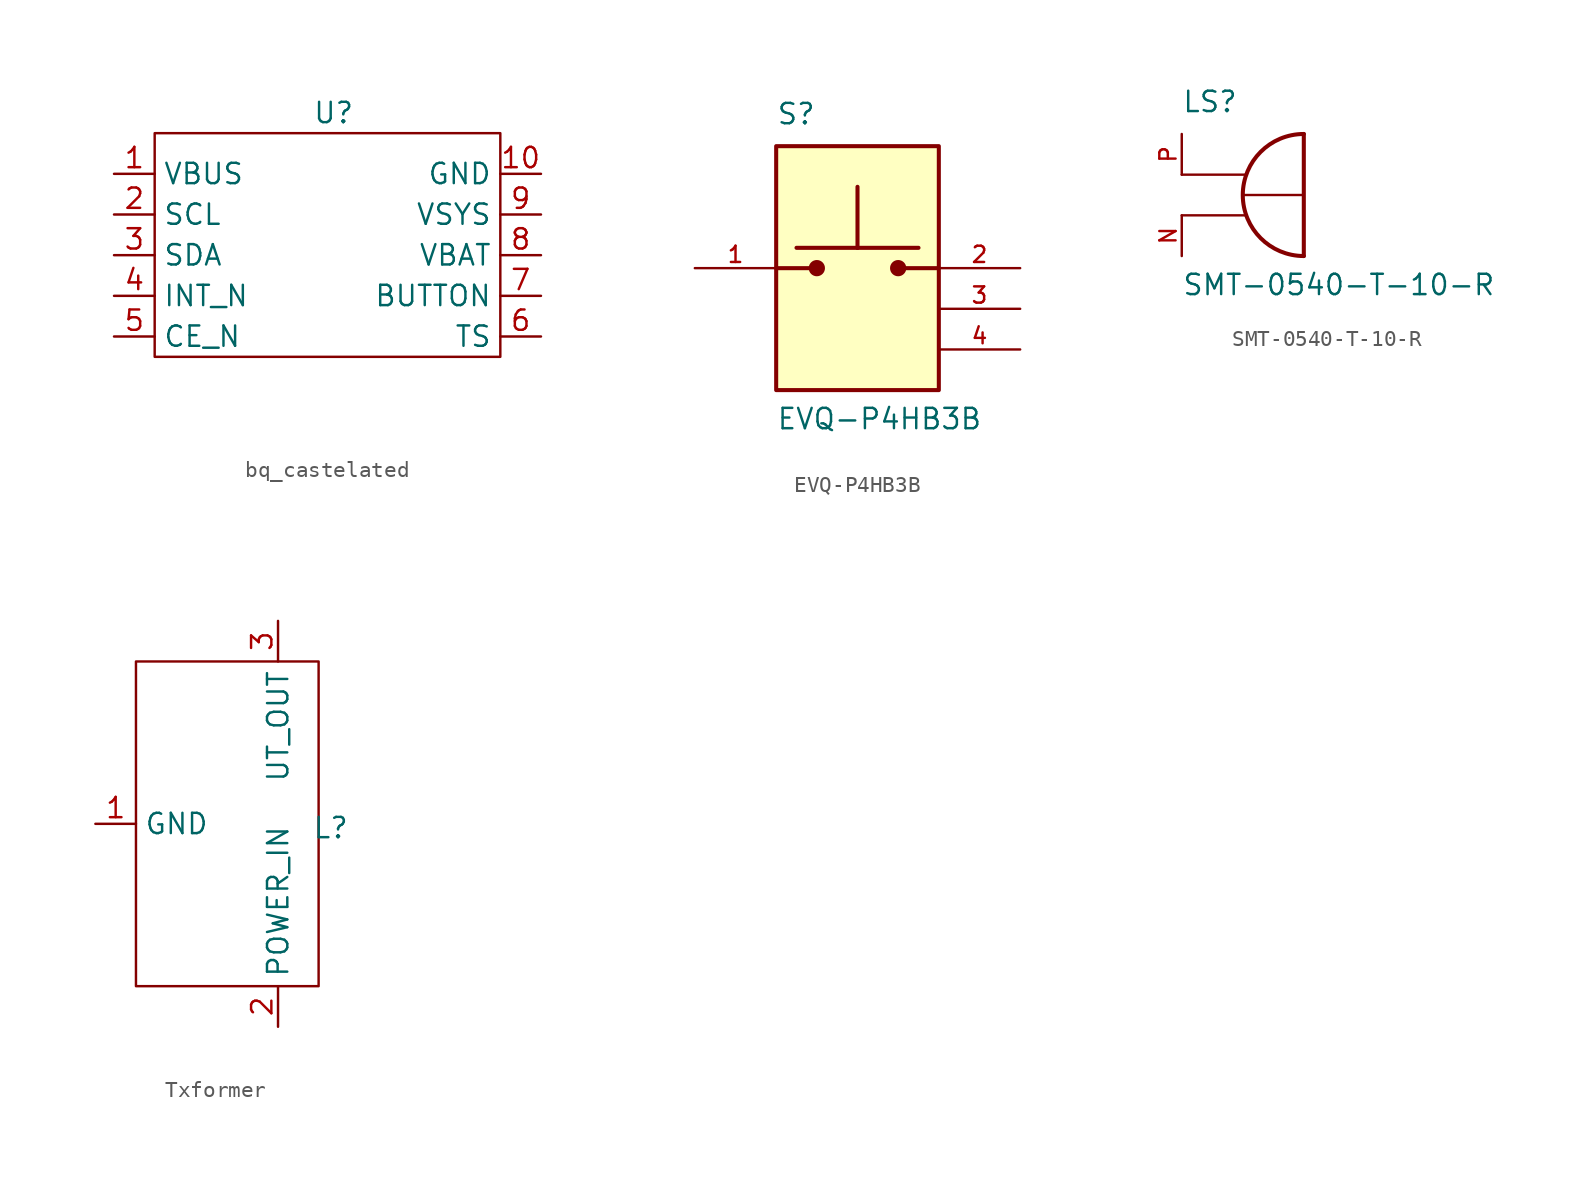
<source format=kicad_sym>
(kicad_symbol_lib
  (version 20241209)
  (generator "kicad_symbol_editor")
  (generator_version "9.0")
  (symbol "bq_castelated"
    (property "Reference" "U"
      (at -9.144 19.05 0)
      (effects (font (size 1.27 1.27))))
    (property "Value" ""
      (at 0 0 0)
      (effects (font (size 1.27 1.27))))
    (symbol "bq_castelated_0_0"
      (pin power_in line (at -22.86 15.24 0) (length 2.54) (name "VBUS" (effects (font (size 1.27 1.27)))) (number "1" (effects (font (size 1.27 1.27)))))
      (pin bidirectional line (at -22.86 12.7 0) (length 2.54) (name "SCL" (effects (font (size 1.27 1.27)))) (number "2" (effects (font (size 1.27 1.27)))))
      (pin bidirectional line (at -22.86 10.16 0) (length 2.54) (name "SDA" (effects (font (size 1.27 1.27)))) (number "3" (effects (font (size 1.27 1.27)))))
      (pin output line (at -22.86 7.62 0) (length 2.54) (name "INT_N" (effects (font (size 1.27 1.27)))) (number "4" (effects (font (size 1.27 1.27)))))
      (pin output line (at -22.86 5.08 0) (length 2.54) (name "CE_N" (effects (font (size 1.27 1.27)))) (number "5" (effects (font (size 1.27 1.27)))))
      (pin power_in line (at 3.81 15.24 180) (length 2.54) (name "GND" (effects (font (size 1.27 1.27)))) (number "10" (effects (font (size 1.27 1.27)))))
      (pin power_out line (at 3.81 12.7 180) (length 2.54) (name "VSYS" (effects (font (size 1.27 1.27)))) (number "9" (effects (font (size 1.27 1.27)))))
      (pin power_in line (at 3.81 10.16 180) (length 2.54) (name "VBAT" (effects (font (size 1.27 1.27)))) (number "8" (effects (font (size 1.27 1.27)))))
      (pin input line (at 3.81 7.62 180) (length 2.54) (name "BUTTON" (effects (font (size 1.27 1.27)))) (number "7" (effects (font (size 1.27 1.27)))))
      (pin bidirectional line (at 3.81 5.08 180) (length 2.54) (name "TS" (effects (font (size 1.27 1.27)))) (number "6" (effects (font (size 1.27 1.27))))))
    (symbol "bq_castelated_0_1"
      (rectangle (start -20.32 17.78) (end 1.27 3.81) (stroke (width 0) (type default)) (fill (type none)))))
  (symbol "EVQ-P4HB3B"
    (pin_names
      (offset 1.016))
    (property "Reference" "S"
      (at -5.08 8.89 0)
      (effects (font (size 1.27 1.27)) (justify left bottom)))
    (property "Value" "EVQ-P4HB3B"
      (at -5.08 -10.16 0)
      (effects (font (size 1.27 1.27)) (justify left bottom)))
    (symbol "EVQ-P4HB3B_0_0"
      (rectangle (start -5.08 -7.62) (end 5.08 7.62) (stroke (width 0.254) (type default)) (fill (type background)))
      (polyline (pts (xy -3.81 1.27) (xy 0 1.27)) (stroke (width 0.254) (type default)) (fill (type none)))
      (circle (center -2.54 0) (radius 0.254) (stroke (width 0.508) (type default)) (fill (type none)))
      (polyline (pts (xy -2.54 0) (xy -5.08 0)) (stroke (width 0.254) (type default)) (fill (type none)))
      (polyline (pts (xy 0 1.27) (xy 0 5.08)) (stroke (width 0.254) (type default)) (fill (type none)))
      (polyline (pts (xy 0 1.27) (xy 3.81 1.27)) (stroke (width 0.254) (type default)) (fill (type none)))
      (polyline (pts (xy 2.54 0) (xy 5.08 0)) (stroke (width 0.254) (type default)) (fill (type none)))
      (circle (center 2.54 0) (radius 0.254) (stroke (width 0.508) (type default)) (fill (type none)))
      (pin passive line (at -10.16 0 0) (length 5.08) (name "~" (effects (font (size 1.016 1.016)))) (number "1" (effects (font (size 1.016 1.016)))))
      (pin passive line (at 10.16 0 180) (length 5.08) (name "~" (effects (font (size 1.016 1.016)))) (number "2" (effects (font (size 1.016 1.016)))))
      (pin passive line (at 10.16 -2.54 180) (length 5.08) (name "~" (effects (font (size 1.016 1.016)))) (number "3" (effects (font (size 1.016 1.016)))))
      (pin passive line (at 10.16 -5.08 180) (length 5.08) (name "~" (effects (font (size 1.016 1.016)))) (number "4" (effects (font (size 1.016 1.016)))))))
  (symbol "SMT-0540-T-10-R"
    (pin_names
      (offset 1.016))
    (property "Reference" "LS"
      (at -2.54 6.35 0)
      (effects (font (size 1.27 1.27)) (justify left bottom)))
    (property "Value" "SMT-0540-T-10-R"
      (at -2.54 -5.08 0)
      (effects (font (size 1.27 1.27)) (justify left bottom)))
    (symbol "SMT-0540-T-10-R_0_0"
      (polyline (pts (xy -2.54 2.54) (xy 1.397 2.54)) (stroke (width 0.152) (type default)) (fill (type none)))
      (polyline (pts (xy -2.54 0) (xy 1.397 0)) (stroke (width 0.152) (type default)) (fill (type none)))
      (polyline (pts (xy 1.27 1.27) (xy 5.08 1.27)) (stroke (width 0.152) (type default)) (fill (type none)))
      (polyline (pts (xy 5.08 5.08) (xy 5.08 -2.54)) (stroke (width 0.254) (type default)) (fill (type none)))
      (arc (start 5.08 -2.54) (mid 1.2866 1.27) (end 5.08 5.08) (stroke (width 0.254) (type default)) (fill (type none)))
      (pin passive line (at -2.54 5.08 270) (length 2.54) (name "~" (effects (font (size 1.016 1.016)))) (number "P" (effects (font (size 1.016 1.016)))))
      (pin passive line (at -2.54 -2.54 90) (length 2.54) (name "~" (effects (font (size 1.016 1.016)))) (number "N" (effects (font (size 1.016 1.016)))))))
  (symbol "Txformer"
    (property "Reference" "L"
      (at -0.508 1.016 0)
      (effects (font (size 1.27 1.27))))
    (property "Value" ""
      (at 0 0 0)
      (effects (font (size 1.27 1.27))))
    (symbol "Txformer_0_1"
      (rectangle (start -12.7 11.43) (end -1.27 -8.89) (stroke (width 0) (type default)) (fill (type none))))
    (symbol "Txformer_1_1"
      (pin power_in line (at -15.24 1.27 0) (length 2.54) (name "GND" (effects (font (size 1.27 1.27)))) (number "1" (effects (font (size 1.27 1.27)))))
      (pin power_out line (at -3.81 13.97 270) (length 2.54) (name "UT_OUT" (effects (font (size 1.27 1.27)))) (number "3" (effects (font (size 1.27 1.27)))))
      (pin power_in line (at -3.81 -11.43 90) (length 2.54) (name "POWER_IN" (effects (font (size 1.27 1.27)))) (number "2" (effects (font (size 1.27 1.27))))))))
</source>
